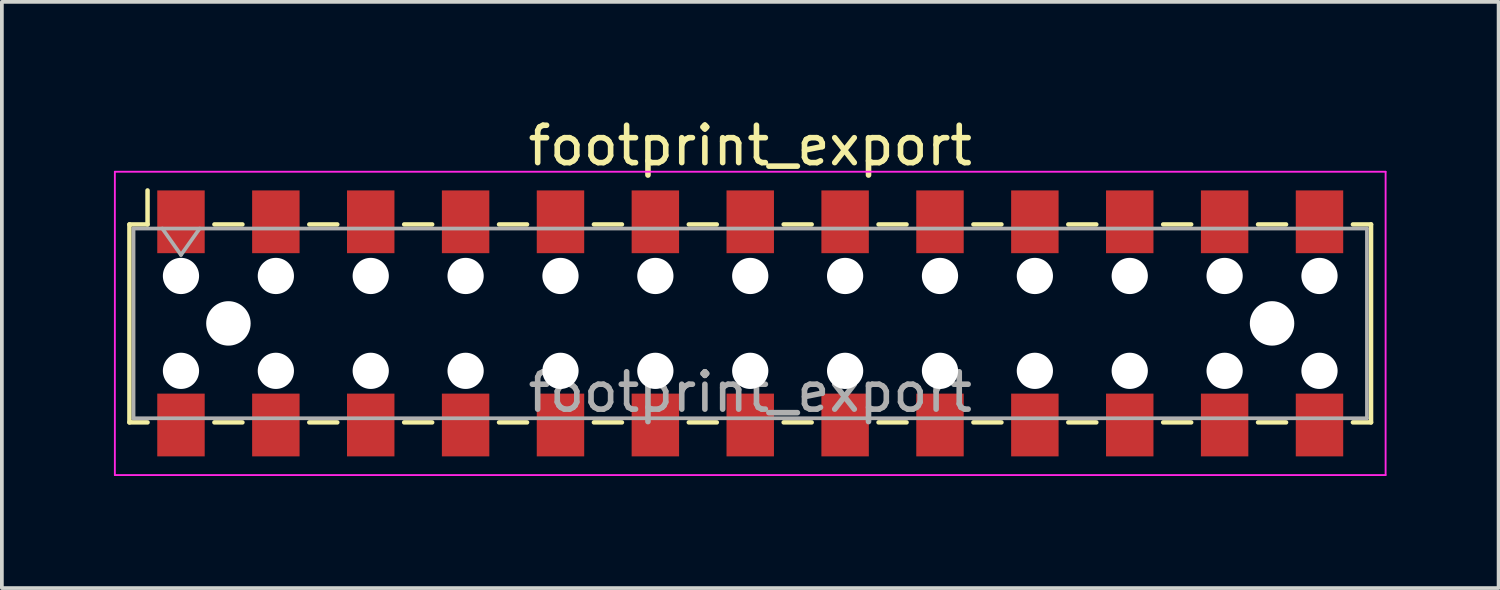
<source format=kicad_pcb>
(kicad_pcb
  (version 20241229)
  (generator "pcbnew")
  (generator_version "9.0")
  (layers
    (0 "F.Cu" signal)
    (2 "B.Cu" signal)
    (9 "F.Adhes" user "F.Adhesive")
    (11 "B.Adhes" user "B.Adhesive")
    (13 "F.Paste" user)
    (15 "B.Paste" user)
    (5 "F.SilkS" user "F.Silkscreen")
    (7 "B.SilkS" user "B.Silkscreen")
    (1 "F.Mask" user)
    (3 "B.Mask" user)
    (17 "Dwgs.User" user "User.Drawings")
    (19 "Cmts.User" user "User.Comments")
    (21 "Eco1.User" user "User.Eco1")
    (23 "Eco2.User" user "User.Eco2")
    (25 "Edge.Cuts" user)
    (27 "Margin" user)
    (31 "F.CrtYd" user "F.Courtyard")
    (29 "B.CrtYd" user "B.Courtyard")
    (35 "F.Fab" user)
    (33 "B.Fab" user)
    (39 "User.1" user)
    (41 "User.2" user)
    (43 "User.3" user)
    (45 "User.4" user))
  (footprint "footprint_export"
    (layer "F.Cu")
    (at 17.035 5.608)
    (property "Reference" "footprint_export" (at 0 -4.76 0) (layer "F.SilkS") (effects (font (size 1 1) (thickness 0.15))))
    (attr smd)
    (fp_line (start -16.62 -2.65) (end -16.62 2.65) (stroke (width 0.12) (type solid)) (layer "F.SilkS"))
    (fp_line (start -16.62 2.65) (end -16.135 2.65) (stroke (width 0.12) (type solid)) (layer "F.SilkS"))
    (fp_line (start -16.135 -3.56) (end -16.135 -2.65) (stroke (width 0.12) (type solid)) (layer "F.SilkS"))
    (fp_line (start -16.135 -2.65) (end -16.62 -2.65) (stroke (width 0.12) (type solid)) (layer "F.SilkS"))
    (fp_line (start -14.345 -2.65) (end -13.595 -2.65) (stroke (width 0.12) (type solid)) (layer "F.SilkS"))
    (fp_line (start -14.345 2.65) (end -13.595 2.65) (stroke (width 0.12) (type solid)) (layer "F.SilkS"))
    (fp_line (start -11.805 -2.65) (end -11.055 -2.65) (stroke (width 0.12) (type solid)) (layer "F.SilkS"))
    (fp_line (start -11.805 2.65) (end -11.055 2.65) (stroke (width 0.12) (type solid)) (layer "F.SilkS"))
    (fp_line (start -9.265 -2.65) (end -8.515 -2.65) (stroke (width 0.12) (type solid)) (layer "F.SilkS"))
    (fp_line (start -9.265 2.65) (end -8.515 2.65) (stroke (width 0.12) (type solid)) (layer "F.SilkS"))
    (fp_line (start -6.725 -2.65) (end -5.975 -2.65) (stroke (width 0.12) (type solid)) (layer "F.SilkS"))
    (fp_line (start -6.725 2.65) (end -5.975 2.65) (stroke (width 0.12) (type solid)) (layer "F.SilkS"))
    (fp_line (start -4.185 -2.65) (end -3.435 -2.65) (stroke (width 0.12) (type solid)) (layer "F.SilkS"))
    (fp_line (start -4.185 2.65) (end -3.435 2.65) (stroke (width 0.12) (type solid)) (layer "F.SilkS"))
    (fp_line (start -1.645 -2.65) (end -0.895 -2.65) (stroke (width 0.12) (type solid)) (layer "F.SilkS"))
    (fp_line (start -1.645 2.65) (end -0.895 2.65) (stroke (width 0.12) (type solid)) (layer "F.SilkS"))
    (fp_line (start 0.895 -2.65) (end 1.645 -2.65) (stroke (width 0.12) (type solid)) (layer "F.SilkS"))
    (fp_line (start 0.895 2.65) (end 1.645 2.65) (stroke (width 0.12) (type solid)) (layer "F.SilkS"))
    (fp_line (start 3.435 -2.65) (end 4.185 -2.65) (stroke (width 0.12) (type solid)) (layer "F.SilkS"))
    (fp_line (start 3.435 2.65) (end 4.185 2.65) (stroke (width 0.12) (type solid)) (layer "F.SilkS"))
    (fp_line (start 5.975 -2.65) (end 6.725 -2.65) (stroke (width 0.12) (type solid)) (layer "F.SilkS"))
    (fp_line (start 5.975 2.65) (end 6.725 2.65) (stroke (width 0.12) (type solid)) (layer "F.SilkS"))
    (fp_line (start 8.515 -2.65) (end 9.265 -2.65) (stroke (width 0.12) (type solid)) (layer "F.SilkS"))
    (fp_line (start 8.515 2.65) (end 9.265 2.65) (stroke (width 0.12) (type solid)) (layer "F.SilkS"))
    (fp_line (start 11.055 -2.65) (end 11.805 -2.65) (stroke (width 0.12) (type solid)) (layer "F.SilkS"))
    (fp_line (start 11.055 2.65) (end 11.805 2.65) (stroke (width 0.12) (type solid)) (layer "F.SilkS"))
    (fp_line (start 13.595 -2.65) (end 14.345 -2.65) (stroke (width 0.12) (type solid)) (layer "F.SilkS"))
    (fp_line (start 13.595 2.65) (end 14.345 2.65) (stroke (width 0.12) (type solid)) (layer "F.SilkS"))
    (fp_line (start 16.135 -2.65) (end 16.62 -2.65) (stroke (width 0.12) (type solid)) (layer "F.SilkS"))
    (fp_line (start 16.62 -2.65) (end 16.62 2.65) (stroke (width 0.12) (type solid)) (layer "F.SilkS"))
    (fp_line (start 16.62 2.65) (end 16.135 2.65) (stroke (width 0.12) (type solid)) (layer "F.SilkS"))
    (fp_line (start -17.01 -4.06) (end 17.01 -4.06) (stroke (width 0.05) (type solid)) (layer "F.CrtYd"))
    (fp_line (start -17.01 4.06) (end -17.01 -4.06) (stroke (width 0.05) (type solid)) (layer "F.CrtYd"))
    (fp_line (start 17.01 -4.06) (end 17.01 4.06) (stroke (width 0.05) (type solid)) (layer "F.CrtYd"))
    (fp_line (start 17.01 4.06) (end -17.01 4.06) (stroke (width 0.05) (type solid)) (layer "F.CrtYd"))
    (fp_line (start -16.51 -2.54) (end 16.51 -2.54) (stroke (width 0.1) (type solid)) (layer "F.Fab"))
    (fp_line (start -16.51 2.54) (end -16.51 -2.54) (stroke (width 0.1) (type solid)) (layer "F.Fab"))
    (fp_line (start -15.74 -2.54) (end -15.24 -1.833) (stroke (width 0.1) (type solid)) (layer "F.Fab"))
    (fp_line (start -15.24 -1.833) (end -14.74 -2.54) (stroke (width 0.1) (type solid)) (layer "F.Fab"))
    (fp_line (start 16.51 -2.54) (end 16.51 2.54) (stroke (width 0.1) (type solid)) (layer "F.Fab"))
    (fp_line (start 16.51 2.54) (end -16.51 2.54) (stroke (width 0.1) (type solid)) (layer "F.Fab"))
    (fp_text user "${REFERENCE}" (at 0 1.84 0) (layer "F.Fab") (effects (font (size 1 1) (thickness 0.15))))
    (pad "" np_thru_hole circle (at -15.24 -1.27) (size 0.97 0.97) (drill 0.97) (layers "*.Cu" "*.Mask"))
    (pad "" np_thru_hole circle (at -15.24 1.27) (size 0.97 0.97) (drill 0.97) (layers "*.Cu" "*.Mask"))
    (pad "" np_thru_hole circle (at -13.97 0) (size 1.19 1.19) (drill 1.19) (layers "*.Cu" "*.Mask"))
    (pad "" np_thru_hole circle (at -12.7 -1.27) (size 0.97 0.97) (drill 0.97) (layers "*.Cu" "*.Mask"))
    (pad "" np_thru_hole circle (at -12.7 1.27) (size 0.97 0.97) (drill 0.97) (layers "*.Cu" "*.Mask"))
    (pad "" np_thru_hole circle (at -10.16 -1.27) (size 0.97 0.97) (drill 0.97) (layers "*.Cu" "*.Mask"))
    (pad "" np_thru_hole circle (at -10.16 1.27) (size 0.97 0.97) (drill 0.97) (layers "*.Cu" "*.Mask"))
    (pad "" np_thru_hole circle (at -7.62 -1.27) (size 0.97 0.97) (drill 0.97) (layers "*.Cu" "*.Mask"))
    (pad "" np_thru_hole circle (at -7.62 1.27) (size 0.97 0.97) (drill 0.97) (layers "*.Cu" "*.Mask"))
    (pad "" np_thru_hole circle (at -5.08 -1.27) (size 0.97 0.97) (drill 0.97) (layers "*.Cu" "*.Mask"))
    (pad "" np_thru_hole circle (at -5.08 1.27) (size 0.97 0.97) (drill 0.97) (layers "*.Cu" "*.Mask"))
    (pad "" np_thru_hole circle (at -2.54 -1.27) (size 0.97 0.97) (drill 0.97) (layers "*.Cu" "*.Mask"))
    (pad "" np_thru_hole circle (at -2.54 1.27) (size 0.97 0.97) (drill 0.97) (layers "*.Cu" "*.Mask"))
    (pad "" np_thru_hole circle (at 0 -1.27) (size 0.97 0.97) (drill 0.97) (layers "*.Cu" "*.Mask"))
    (pad "" np_thru_hole circle (at 0 1.27) (size 0.97 0.97) (drill 0.97) (layers "*.Cu" "*.Mask"))
    (pad "" np_thru_hole circle (at 2.54 -1.27) (size 0.97 0.97) (drill 0.97) (layers "*.Cu" "*.Mask"))
    (pad "" np_thru_hole circle (at 2.54 1.27) (size 0.97 0.97) (drill 0.97) (layers "*.Cu" "*.Mask"))
    (pad "" np_thru_hole circle (at 5.08 -1.27) (size 0.97 0.97) (drill 0.97) (layers "*.Cu" "*.Mask"))
    (pad "" np_thru_hole circle (at 5.08 1.27) (size 0.97 0.97) (drill 0.97) (layers "*.Cu" "*.Mask"))
    (pad "" np_thru_hole circle (at 7.62 -1.27) (size 0.97 0.97) (drill 0.97) (layers "*.Cu" "*.Mask"))
    (pad "" np_thru_hole circle (at 7.62 1.27) (size 0.97 0.97) (drill 0.97) (layers "*.Cu" "*.Mask"))
    (pad "" np_thru_hole circle (at 10.16 -1.27) (size 0.97 0.97) (drill 0.97) (layers "*.Cu" "*.Mask"))
    (pad "" np_thru_hole circle (at 10.16 1.27) (size 0.97 0.97) (drill 0.97) (layers "*.Cu" "*.Mask"))
    (pad "" np_thru_hole circle (at 12.7 -1.27) (size 0.97 0.97) (drill 0.97) (layers "*.Cu" "*.Mask"))
    (pad "" np_thru_hole circle (at 12.7 1.27) (size 0.97 0.97) (drill 0.97) (layers "*.Cu" "*.Mask"))
    (pad "" np_thru_hole circle (at 13.97 0) (size 1.19 1.19) (drill 1.19) (layers "*.Cu" "*.Mask"))
    (pad "" np_thru_hole circle (at 15.24 -1.27) (size 0.97 0.97) (drill 0.97) (layers "*.Cu" "*.Mask"))
    (pad "" np_thru_hole circle (at 15.24 1.27) (size 0.97 0.97) (drill 0.97) (layers "*.Cu" "*.Mask"))
    (pad "1" smd rect (at -15.24 -2.72) (size 1.27 1.68) (layers "F.Cu" "F.Mask" "F.Paste"))
    (pad "2" smd rect (at -15.24 2.72) (size 1.27 1.68) (layers "F.Cu" "F.Mask" "F.Paste"))
    (pad "3" smd rect (at -12.7 -2.72) (size 1.27 1.68) (layers "F.Cu" "F.Mask" "F.Paste"))
    (pad "4" smd rect (at -12.7 2.72) (size 1.27 1.68) (layers "F.Cu" "F.Mask" "F.Paste"))
    (pad "5" smd rect (at -10.16 -2.72) (size 1.27 1.68) (layers "F.Cu" "F.Mask" "F.Paste"))
    (pad "6" smd rect (at -10.16 2.72) (size 1.27 1.68) (layers "F.Cu" "F.Mask" "F.Paste"))
    (pad "7" smd rect (at -7.62 -2.72) (size 1.27 1.68) (layers "F.Cu" "F.Mask" "F.Paste"))
    (pad "8" smd rect (at -7.62 2.72) (size 1.27 1.68) (layers "F.Cu" "F.Mask" "F.Paste"))
    (pad "9" smd rect (at -5.08 -2.72) (size 1.27 1.68) (layers "F.Cu" "F.Mask" "F.Paste"))
    (pad "10" smd rect (at -5.08 2.72) (size 1.27 1.68) (layers "F.Cu" "F.Mask" "F.Paste"))
    (pad "11" smd rect (at -2.54 -2.72) (size 1.27 1.68) (layers "F.Cu" "F.Mask" "F.Paste"))
    (pad "12" smd rect (at -2.54 2.72) (size 1.27 1.68) (layers "F.Cu" "F.Mask" "F.Paste"))
    (pad "13" smd rect (at 0 -2.72) (size 1.27 1.68) (layers "F.Cu" "F.Mask" "F.Paste"))
    (pad "14" smd rect (at 0 2.72) (size 1.27 1.68) (layers "F.Cu" "F.Mask" "F.Paste"))
    (pad "15" smd rect (at 2.54 -2.72) (size 1.27 1.68) (layers "F.Cu" "F.Mask" "F.Paste"))
    (pad "16" smd rect (at 2.54 2.72) (size 1.27 1.68) (layers "F.Cu" "F.Mask" "F.Paste"))
    (pad "17" smd rect (at 5.08 -2.72) (size 1.27 1.68) (layers "F.Cu" "F.Mask" "F.Paste"))
    (pad "18" smd rect (at 5.08 2.72) (size 1.27 1.68) (layers "F.Cu" "F.Mask" "F.Paste"))
    (pad "19" smd rect (at 7.62 -2.72) (size 1.27 1.68) (layers "F.Cu" "F.Mask" "F.Paste"))
    (pad "20" smd rect (at 7.62 2.72) (size 1.27 1.68) (layers "F.Cu" "F.Mask" "F.Paste"))
    (pad "21" smd rect (at 10.16 -2.72) (size 1.27 1.68) (layers "F.Cu" "F.Mask" "F.Paste"))
    (pad "22" smd rect (at 10.16 2.72) (size 1.27 1.68) (layers "F.Cu" "F.Mask" "F.Paste"))
    (pad "23" smd rect (at 12.7 -2.72) (size 1.27 1.68) (layers "F.Cu" "F.Mask" "F.Paste"))
    (pad "24" smd rect (at 12.7 2.72) (size 1.27 1.68) (layers "F.Cu" "F.Mask" "F.Paste"))
    (pad "25" smd rect (at 15.24 -2.72) (size 1.27 1.68) (layers "F.Cu" "F.Mask" "F.Paste"))
    (pad "26" smd rect (at 15.24 2.72) (size 1.27 1.68) (layers "F.Cu" "F.Mask" "F.Paste")))
  (gr_rect
    (start -3 -3)
    (end 37.07 12.693)
    (stroke (width 0.1) (type default))
    (fill no)
    (layer "Edge.Cuts")))
</source>
